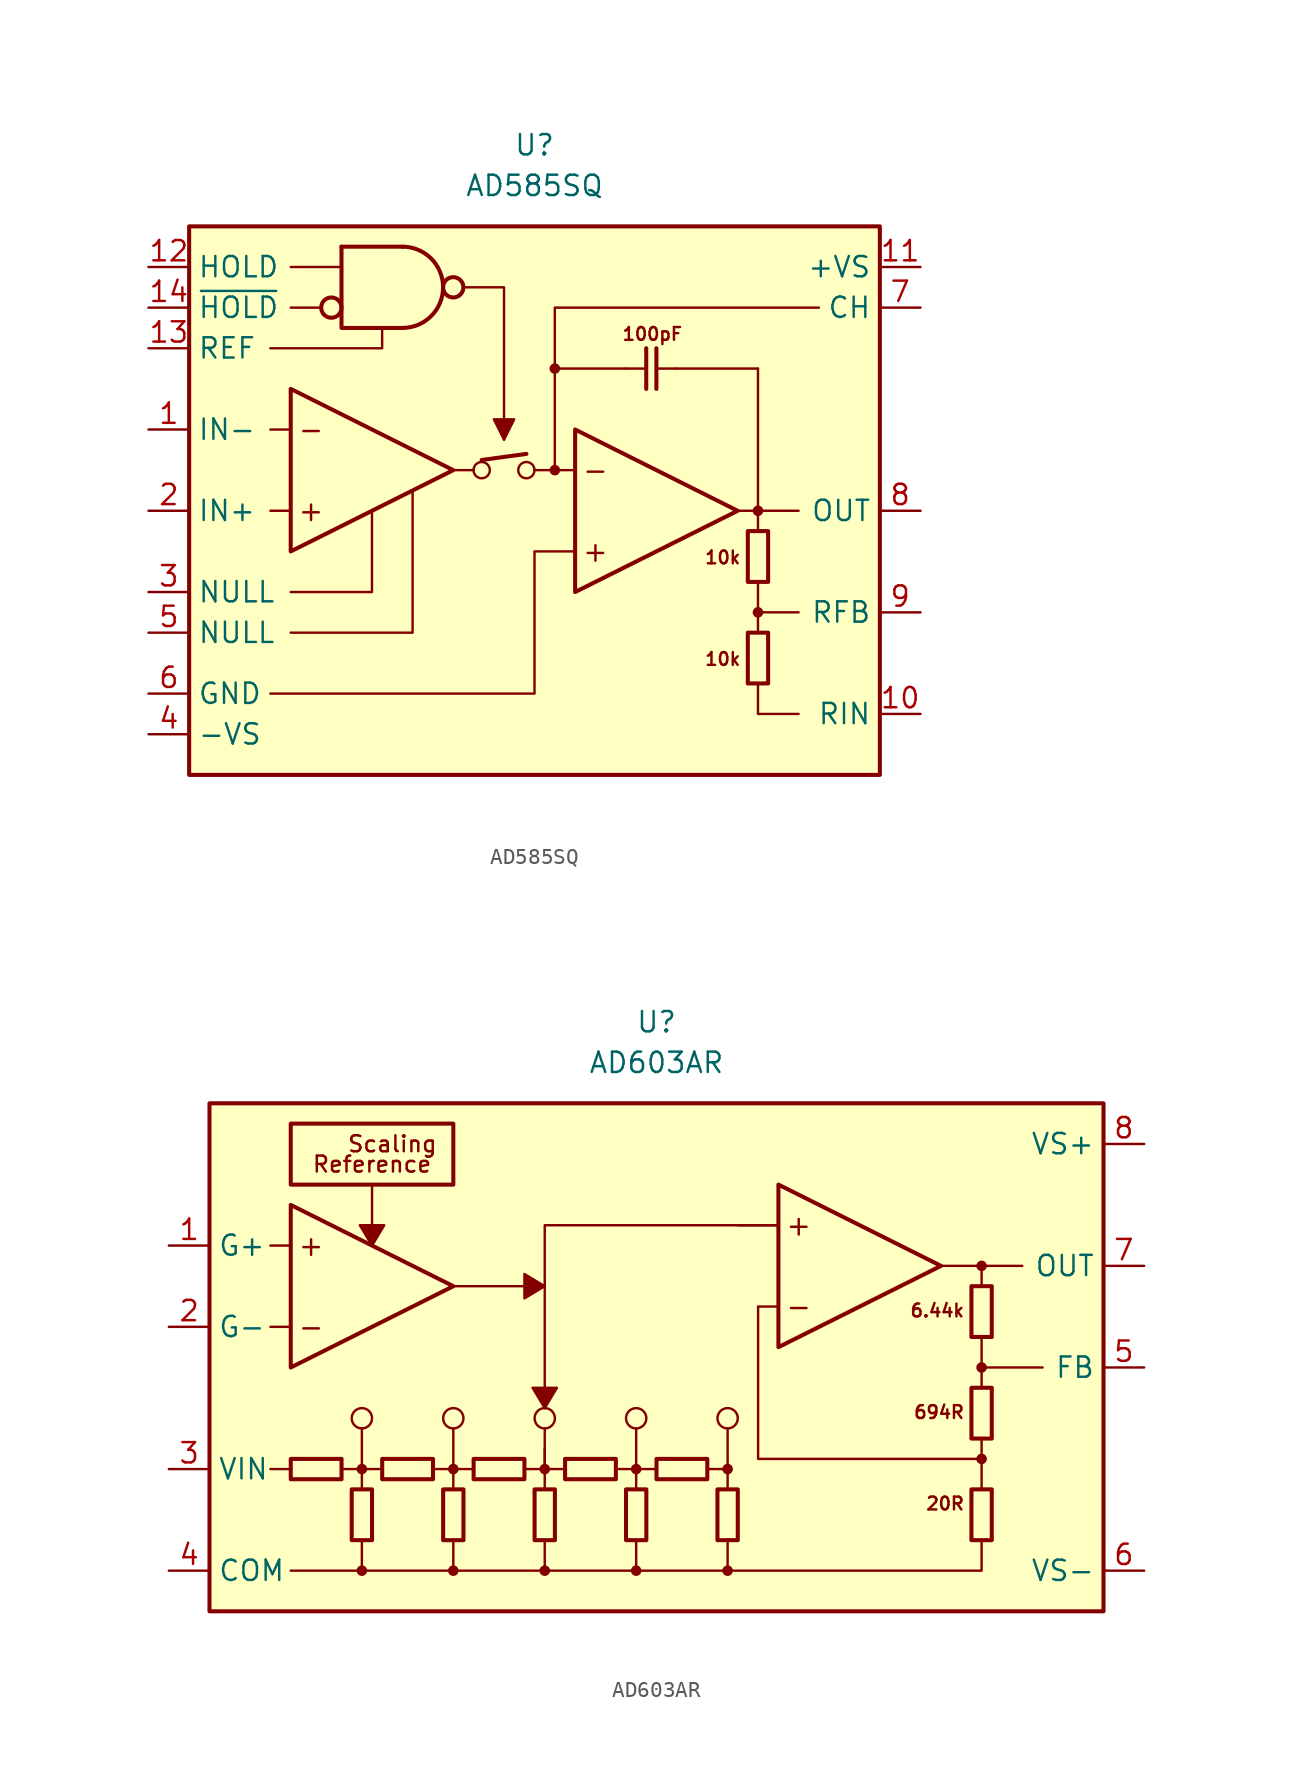
<source format=kicad_sym>
(kicad_symbol_lib
  (version 20211014)
  (generator kicad_symbol_editor)
  (symbol "AD585SQ"
    (property "Reference" "U"
      (at 0 22.86 0)
      (effects (font (size 1.27 1.27))))
    (property "Value" "AD585SQ"
      (at 0 20.32 0)
      (effects (font (size 1.27 1.27))))
    (symbol "AD585SQ_0_0"
      (rectangle (start -21.59 17.78) (end 21.59 -16.51) (stroke (width 0.254) (type default) (color 0 0 0 0)) (fill (type background)))
      (circle (center -3.302 2.54) (radius 0.508) (stroke (width 0) (type default) (color 0 0 0 0)) (fill (type none)))
      (circle (center -0.508 2.54) (radius 0.508) (stroke (width 0) (type default) (color 0 0 0 0)) (fill (type none)))
      (polyline (pts (xy -15.24 0) (xy -16.51 0)) (stroke (width 0.152) (type default) (color 0 0 0 0)) (fill (type none)))
      (polyline (pts (xy -15.24 5.08) (xy -16.51 5.08)) (stroke (width 0.152) (type default) (color 0 0 0 0)) (fill (type none)))
      (polyline (pts (xy -13.335 12.7) (xy -15.24 12.7)) (stroke (width 0.152) (type default) (color 0 0 0 0)) (fill (type none)))
      (polyline (pts (xy -12.065 15.24) (xy -15.24 15.24)) (stroke (width 0.152) (type default) (color 0 0 0 0)) (fill (type none)))
      (polyline (pts (xy -3.81 2.54) (xy -5.08 2.54)) (stroke (width 0.152) (type default) (color 0 0 0 0)) (fill (type none)))
      (polyline (pts (xy -3.302 3.175) (xy -0.508 3.556)) (stroke (width 0.254) (type default) (color 0 0 0 0)) (fill (type none)))
      (polyline (pts (xy -1.905 5.08) (xy -1.905 4.445)) (stroke (width 0.152) (type default) (color 0 0 0 0)) (fill (type none)))
      (polyline (pts (xy 1.27 2.54) (xy 1.27 8.89)) (stroke (width 0.152) (type default) (color 0 0 0 0)) (fill (type none)))
      (polyline (pts (xy 1.27 8.89) (xy 5.715 8.89)) (stroke (width 0.152) (type default) (color 0 0 0 0)) (fill (type none)))
      (polyline (pts (xy 2.54 2.54) (xy 0 2.54)) (stroke (width 0.152) (type default) (color 0 0 0 0)) (fill (type none)))
      (polyline (pts (xy 8.89 8.89) (xy 13.97 8.89)) (stroke (width 0.152) (type default) (color 0 0 0 0)) (fill (type none)))
      (polyline (pts (xy 12.7 0) (xy 13.97 0)) (stroke (width 0.152) (type default) (color 0 0 0 0)) (fill (type none)))
      (polyline (pts (xy 13.97 -7.62) (xy 13.97 -4.445)) (stroke (width 0.152) (type default) (color 0 0 0 0)) (fill (type none)))
      (polyline (pts (xy 13.97 -6.35) (xy 16.51 -6.35)) (stroke (width 0.152) (type default) (color 0 0 0 0)) (fill (type none)))
      (polyline (pts (xy 13.97 -1.27) (xy 13.97 0)) (stroke (width 0.152) (type default) (color 0 0 0 0)) (fill (type none)))
      (polyline (pts (xy 13.97 0) (xy 16.51 0)) (stroke (width 0.152) (type default) (color 0 0 0 0)) (fill (type none)))
      (polyline (pts (xy 13.97 8.89) (xy 13.97 0)) (stroke (width 0.152) (type default) (color 0 0 0 0)) (fill (type none)))
      (polyline (pts (xy -15.24 -5.08) (xy -10.16 -5.08) (xy -10.16 0)) (stroke (width 0.152) (type default) (color 0 0 0 0)) (fill (type none)))
      (polyline (pts (xy -9.525 11.43) (xy -9.525 10.16) (xy -16.51 10.16)) (stroke (width 0.152) (type default) (color 0 0 0 0)) (fill (type none)))
      (polyline (pts (xy -7.62 1.27) (xy -7.62 -7.62) (xy -15.24 -7.62)) (stroke (width 0.152) (type default) (color 0 0 0 0)) (fill (type none)))
      (polyline (pts (xy -4.445 13.97) (xy -1.905 13.97) (xy -1.905 5.08)) (stroke (width 0.152) (type default) (color 0 0 0 0)) (fill (type none)))
      (polyline (pts (xy 1.27 8.89) (xy 1.27 12.7) (xy 17.78 12.7)) (stroke (width 0.152) (type default) (color 0 0 0 0)) (fill (type none)))
      (polyline (pts (xy 13.97 -10.795) (xy 13.97 -12.7) (xy 16.51 -12.7)) (stroke (width 0.152) (type default) (color 0 0 0 0)) (fill (type none)))
      (polyline (pts (xy -16.51 -11.43) (xy 0 -11.43) (xy 0 -2.54) (xy 2.54 -2.54)) (stroke (width 0.152) (type default) (color 0 0 0 0)) (fill (type none)))
      (polyline (pts (xy -1.905 4.445) (xy -2.54 5.715) (xy -1.27 5.715) (xy -1.905 4.445)) (stroke (width 0.152) (type default) (color 0 0 0 0)) (fill (type outline)))
      (circle (center 1.27 2.54) (radius 0.254) (stroke (width 0.152) (type default) (color 0 0 0 0)) (fill (type outline)))
      (circle (center 1.27 8.89) (radius 0.254) (stroke (width 0.152) (type default) (color 0 0 0 0)) (fill (type outline)))
      (circle (center 13.97 -6.35) (radius 0.254) (stroke (width 0.152) (type default) (color 0 0 0 0)) (fill (type outline)))
      (circle (center 13.97 0) (radius 0.254) (stroke (width 0.152) (type default) (color 0 0 0 0)) (fill (type outline)))
      (text "+" (at -13.97 0 0) (effects (font (size 1.27 1.27))))
      (text "+" (at 3.81 -2.54 0) (effects (font (size 1.27 1.27))))
      (text "-" (at -13.97 5.08 0) (effects (font (size 1.27 1.27))))
      (text "-" (at 3.81 2.54 0) (effects (font (size 1.27 1.27))))
      (text "100pF" (at 7.366 11.049 0) (effects (font (size 0.8 0.8))))
      (text "10k" (at 12.954 -9.271 0) (effects (font (size 0.8 0.8)) (justify right)))
      (text "10k" (at 12.954 -2.921 0) (effects (font (size 0.8 0.8)) (justify right))))
    (symbol "AD585SQ_0_1"
      (circle (center -12.7 12.7) (radius 0.635) (stroke (width 0.254) (type default) (color 0 0 0 0)) (fill (type none)))
      (arc (start -8.255 11.43) (mid -5.715 13.97) (end -8.255 16.51) (stroke (width 0.254) (type default) (color 0 0 0 0)) (fill (type none)))
      (circle (center -5.08 13.97) (radius 0.635) (stroke (width 0.254) (type default) (color 0 0 0 0)) (fill (type none)))
      (polyline (pts (xy -12.065 16.51) (xy -8.255 16.51)) (stroke (width 0.254) (type default) (color 0 0 0 0)) (fill (type none)))
      (polyline (pts (xy 5.715 8.89) (xy 6.985 8.89)) (stroke (width 0.152) (type default) (color 0 0 0 0)) (fill (type none)))
      (polyline (pts (xy 6.985 7.62) (xy 6.985 10.16)) (stroke (width 0.254) (type default) (color 0 0 0 0)) (fill (type none)))
      (polyline (pts (xy 7.62 10.16) (xy 7.62 7.62)) (stroke (width 0.254) (type default) (color 0 0 0 0)) (fill (type none)))
      (polyline (pts (xy 8.89 8.89) (xy 7.62 8.89)) (stroke (width 0.152) (type default) (color 0 0 0 0)) (fill (type none)))
      (polyline (pts (xy -12.065 16.51) (xy -12.065 11.43) (xy -8.255 11.43)) (stroke (width 0.254) (type default) (color 0 0 0 0)) (fill (type none)))
      (polyline (pts (xy -15.24 7.62) (xy -15.24 -2.54) (xy -5.08 2.54) (xy -15.24 7.62)) (stroke (width 0.254) (type default) (color 0 0 0 0)) (fill (type none)))
      (polyline (pts (xy 2.54 5.08) (xy 2.54 -5.08) (xy 12.7 0) (xy 2.54 5.08)) (stroke (width 0.254) (type default) (color 0 0 0 0)) (fill (type none)))
      (rectangle (start 13.335 -7.62) (end 14.605 -10.795) (stroke (width 0.254) (type default) (color 0 0 0 0)) (fill (type none)))
      (rectangle (start 13.335 -1.27) (end 14.605 -4.445) (stroke (width 0.254) (type default) (color 0 0 0 0)) (fill (type none))))
    (symbol "AD585SQ_1_1"
      (pin input line (at -24.13 5.08 0) (length 2.54) (name "IN-" (effects (font (size 1.27 1.27)))) (number "1" (effects (font (size 1.27 1.27)))))
      (pin passive line (at 24.13 -12.7 180) (length 2.54) (name "RIN" (effects (font (size 1.27 1.27)))) (number "10" (effects (font (size 1.27 1.27)))))
      (pin power_in line (at 24.13 15.24 180) (length 2.54) (name "+VS" (effects (font (size 1.27 1.27)))) (number "11" (effects (font (size 1.27 1.27)))))
      (pin input line (at -24.13 15.24 0) (length 2.54) (name "HOLD" (effects (font (size 1.27 1.27)))) (number "12" (effects (font (size 1.27 1.27)))))
      (pin input line (at -24.13 10.16 0) (length 2.54) (name "REF" (effects (font (size 1.27 1.27)))) (number "13" (effects (font (size 1.27 1.27)))))
      (pin input line (at -24.13 12.7 0) (length 2.54) (name "~{HOLD}" (effects (font (size 1.27 1.27)))) (number "14" (effects (font (size 1.27 1.27)))))
      (pin input line (at -24.13 0 0) (length 2.54) (name "IN+" (effects (font (size 1.27 1.27)))) (number "2" (effects (font (size 1.27 1.27)))))
      (pin passive line (at -24.13 -5.08 0) (length 2.54) (name "NULL" (effects (font (size 1.27 1.27)))) (number "3" (effects (font (size 1.27 1.27)))))
      (pin power_in line (at -24.13 -13.97 0) (length 2.54) (name "-VS" (effects (font (size 1.27 1.27)))) (number "4" (effects (font (size 1.27 1.27)))))
      (pin passive line (at -24.13 -7.62 0) (length 2.54) (name "NULL" (effects (font (size 1.27 1.27)))) (number "5" (effects (font (size 1.27 1.27)))))
      (pin power_in line (at -24.13 -11.43 0) (length 2.54) (name "GND" (effects (font (size 1.27 1.27)))) (number "6" (effects (font (size 1.27 1.27)))))
      (pin passive line (at 24.13 12.7 180) (length 2.54) (name "CH" (effects (font (size 1.27 1.27)))) (number "7" (effects (font (size 1.27 1.27)))))
      (pin output line (at 24.13 0 180) (length 2.54) (name "OUT" (effects (font (size 1.27 1.27)))) (number "8" (effects (font (size 1.27 1.27)))))
      (pin passive line (at 24.13 -6.35 180) (length 2.54) (name "RFB" (effects (font (size 1.27 1.27)))) (number "9" (effects (font (size 1.27 1.27)))))))
  (symbol "AD603AR"
    (property "Reference" "U"
      (at 0 21.59 0)
      (effects (font (size 1.27 1.27))))
    (property "Value" "AD603AR"
      (at 0 19.05 0)
      (effects (font (size 1.27 1.27))))
    (symbol "AD603AR_0_0"
      (rectangle (start -27.94 16.51) (end 27.94 -15.24) (stroke (width 0.254) (type default) (color 0 0 0 0)) (fill (type background)))
      (rectangle (start -22.86 15.24) (end -12.7 11.43) (stroke (width 0.254) (type default) (color 0 0 0 0)) (fill (type none)))
      (circle (center -18.415 -12.7) (radius 0.254) (stroke (width 0.152) (type default) (color 0 0 0 0)) (fill (type outline)))
      (circle (center -18.415 -6.35) (radius 0.254) (stroke (width 0.152) (type default) (color 0 0 0 0)) (fill (type outline)))
      (circle (center -18.415 -3.175) (radius 0.635) (stroke (width 0.152) (type default) (color 0 0 0 0)) (fill (type none)))
      (circle (center -12.7 -12.7) (radius 0.254) (stroke (width 0.152) (type default) (color 0 0 0 0)) (fill (type outline)))
      (circle (center -12.7 -6.35) (radius 0.254) (stroke (width 0.152) (type default) (color 0 0 0 0)) (fill (type outline)))
      (circle (center -12.7 -3.175) (radius 0.635) (stroke (width 0.152) (type default) (color 0 0 0 0)) (fill (type none)))
      (circle (center -6.985 -12.7) (radius 0.254) (stroke (width 0.152) (type default) (color 0 0 0 0)) (fill (type outline)))
      (circle (center -6.985 -6.35) (radius 0.254) (stroke (width 0.152) (type default) (color 0 0 0 0)) (fill (type outline)))
      (circle (center -6.985 -3.175) (radius 0.635) (stroke (width 0.152) (type default) (color 0 0 0 0)) (fill (type none)))
      (circle (center -1.27 -12.7) (radius 0.254) (stroke (width 0.152) (type default) (color 0 0 0 0)) (fill (type outline)))
      (circle (center -1.27 -6.35) (radius 0.254) (stroke (width 0.152) (type default) (color 0 0 0 0)) (fill (type outline)))
      (circle (center -1.27 -3.175) (radius 0.635) (stroke (width 0.152) (type default) (color 0 0 0 0)) (fill (type none)))
      (polyline (pts (xy -22.86 -6.35) (xy -24.13 -6.35)) (stroke (width 0.152) (type default) (color 0 0 0 0)) (fill (type none)))
      (polyline (pts (xy -22.86 2.54) (xy -24.13 2.54)) (stroke (width 0.152) (type default) (color 0 0 0 0)) (fill (type none)))
      (polyline (pts (xy -22.86 7.62) (xy -24.13 7.62)) (stroke (width 0.152) (type default) (color 0 0 0 0)) (fill (type none)))
      (polyline (pts (xy -18.415 -10.795) (xy -18.415 -12.7)) (stroke (width 0.152) (type default) (color 0 0 0 0)) (fill (type none)))
      (polyline (pts (xy -18.415 -7.62) (xy -18.415 -6.35)) (stroke (width 0.152) (type default) (color 0 0 0 0)) (fill (type none)))
      (polyline (pts (xy -18.415 -6.35) (xy -19.685 -6.35)) (stroke (width 0.152) (type default) (color 0 0 0 0)) (fill (type none)))
      (polyline (pts (xy -18.415 -6.35) (xy -18.415 -3.81)) (stroke (width 0.152) (type default) (color 0 0 0 0)) (fill (type none)))
      (polyline (pts (xy -17.78 11.43) (xy -17.78 7.62)) (stroke (width 0.152) (type default) (color 0 0 0 0)) (fill (type none)))
      (polyline (pts (xy -17.145 -6.35) (xy -18.415 -6.35)) (stroke (width 0.152) (type default) (color 0 0 0 0)) (fill (type none)))
      (polyline (pts (xy -12.7 -10.795) (xy -12.7 -12.7)) (stroke (width 0.152) (type default) (color 0 0 0 0)) (fill (type none)))
      (polyline (pts (xy -12.7 -7.62) (xy -12.7 -6.35)) (stroke (width 0.152) (type default) (color 0 0 0 0)) (fill (type none)))
      (polyline (pts (xy -12.7 -6.35) (xy -13.97 -6.35)) (stroke (width 0.152) (type default) (color 0 0 0 0)) (fill (type none)))
      (polyline (pts (xy -12.7 -6.35) (xy -12.7 -3.81)) (stroke (width 0.152) (type default) (color 0 0 0 0)) (fill (type none)))
      (polyline (pts (xy -12.7 5.08) (xy -6.985 5.08)) (stroke (width 0.152) (type default) (color 0 0 0 0)) (fill (type none)))
      (polyline (pts (xy -11.43 -6.35) (xy -12.7 -6.35)) (stroke (width 0.152) (type default) (color 0 0 0 0)) (fill (type none)))
      (polyline (pts (xy -6.985 -10.795) (xy -6.985 -12.7)) (stroke (width 0.152) (type default) (color 0 0 0 0)) (fill (type none)))
      (polyline (pts (xy -6.985 -7.62) (xy -6.985 -5.08)) (stroke (width 0.152) (type default) (color 0 0 0 0)) (fill (type none)))
      (polyline (pts (xy -6.985 -6.35) (xy -8.255 -6.35)) (stroke (width 0.152) (type default) (color 0 0 0 0)) (fill (type none)))
      (polyline (pts (xy -6.985 -6.35) (xy -6.985 -3.81)) (stroke (width 0.152) (type default) (color 0 0 0 0)) (fill (type none)))
      (polyline (pts (xy -5.715 -6.35) (xy -6.985 -6.35)) (stroke (width 0.152) (type default) (color 0 0 0 0)) (fill (type none)))
      (polyline (pts (xy -1.27 -10.795) (xy -1.27 -12.7)) (stroke (width 0.152) (type default) (color 0 0 0 0)) (fill (type none)))
      (polyline (pts (xy -1.27 -7.62) (xy -1.27 -6.35)) (stroke (width 0.152) (type default) (color 0 0 0 0)) (fill (type none)))
      (polyline (pts (xy -1.27 -6.35) (xy -2.54 -6.35)) (stroke (width 0.152) (type default) (color 0 0 0 0)) (fill (type none)))
      (polyline (pts (xy -1.27 -6.35) (xy -1.27 -3.81)) (stroke (width 0.152) (type default) (color 0 0 0 0)) (fill (type none)))
      (polyline (pts (xy 0 -6.35) (xy -1.27 -6.35)) (stroke (width 0.152) (type default) (color 0 0 0 0)) (fill (type none)))
      (polyline (pts (xy 4.445 -10.795) (xy 4.445 -12.7)) (stroke (width 0.152) (type default) (color 0 0 0 0)) (fill (type none)))
      (polyline (pts (xy 4.445 -7.62) (xy 4.445 -6.35)) (stroke (width 0.152) (type default) (color 0 0 0 0)) (fill (type none)))
      (polyline (pts (xy 4.445 -6.35) (xy 3.175 -6.35)) (stroke (width 0.152) (type default) (color 0 0 0 0)) (fill (type none)))
      (polyline (pts (xy 4.445 -6.35) (xy 4.445 -3.81)) (stroke (width 0.152) (type default) (color 0 0 0 0)) (fill (type none)))
      (polyline (pts (xy 7.62 8.89) (xy 5.08 8.89)) (stroke (width 0.152) (type default) (color 0 0 0 0)) (fill (type none)))
      (polyline (pts (xy 17.78 6.35) (xy 20.32 6.35)) (stroke (width 0.152) (type default) (color 0 0 0 0)) (fill (type none)))
      (polyline (pts (xy 20.32 -7.62) (xy 20.32 -5.715)) (stroke (width 0.152) (type default) (color 0 0 0 0)) (fill (type none)))
      (polyline (pts (xy 20.32 -1.27) (xy 20.32 1.905)) (stroke (width 0.152) (type default) (color 0 0 0 0)) (fill (type none)))
      (polyline (pts (xy 20.32 0) (xy 24.13 0)) (stroke (width 0.152) (type default) (color 0 0 0 0)) (fill (type none)))
      (polyline (pts (xy 20.32 5.08) (xy 20.32 6.35)) (stroke (width 0.152) (type default) (color 0 0 0 0)) (fill (type none)))
      (polyline (pts (xy 20.32 6.35) (xy 22.86 6.35)) (stroke (width 0.152) (type default) (color 0 0 0 0)) (fill (type none)))
      (polyline (pts (xy 7.62 8.89) (xy -6.985 8.89) (xy -6.985 -2.54)) (stroke (width 0.152) (type default) (color 0 0 0 0)) (fill (type none)))
      (polyline (pts (xy 20.32 -10.795) (xy 20.32 -12.7) (xy -22.86 -12.7)) (stroke (width 0.152) (type default) (color 0 0 0 0)) (fill (type none)))
      (polyline (pts (xy -17.78 7.62) (xy -18.542 8.89) (xy -17.018 8.89) (xy -17.78 7.62)) (stroke (width 0.152) (type default) (color 0 0 0 0)) (fill (type outline)))
      (polyline (pts (xy -6.985 -2.54) (xy -7.747 -1.27) (xy -6.223 -1.27) (xy -6.985 -2.54)) (stroke (width 0.152) (type default) (color 0 0 0 0)) (fill (type outline)))
      (polyline (pts (xy -6.985 5.08) (xy -8.255 4.318) (xy -8.255 5.842) (xy -6.985 5.08)) (stroke (width 0.152) (type default) (color 0 0 0 0)) (fill (type outline)))
      (circle (center 4.445 -12.7) (radius 0.254) (stroke (width 0.152) (type default) (color 0 0 0 0)) (fill (type outline)))
      (circle (center 4.445 -6.35) (radius 0.254) (stroke (width 0.152) (type default) (color 0 0 0 0)) (fill (type outline)))
      (circle (center 4.445 -3.175) (radius 0.635) (stroke (width 0.152) (type default) (color 0 0 0 0)) (fill (type none)))
      (circle (center 20.32 -5.715) (radius 0.254) (stroke (width 0.152) (type default) (color 0 0 0 0)) (fill (type outline)))
      (circle (center 20.32 0) (radius 0.254) (stroke (width 0.152) (type default) (color 0 0 0 0)) (fill (type outline)))
      (circle (center 20.32 6.35) (radius 0.254) (stroke (width 0.152) (type default) (color 0 0 0 0)) (fill (type outline)))
      (text "+" (at -21.59 7.62 0) (effects (font (size 1.27 1.27))))
      (text "+" (at 8.89 8.89 0) (effects (font (size 1.27 1.27))))
      (text "-" (at -21.59 2.54 0) (effects (font (size 1.27 1.27))))
      (text "-" (at 8.89 3.81 0) (effects (font (size 1.27 1.27))))
      (text "20R" (at 19.304 -8.509 0) (effects (font (size 0.8 0.8)) (justify right)))
      (text "6.44k" (at 19.304 3.556 0) (effects (font (size 0.8 0.8)) (justify right)))
      (text "694R" (at 19.304 -2.794 0) (effects (font (size 0.8 0.8)) (justify right)))
      (text "Reference" (at -17.78 12.7 0) (effects (font (size 1 1))))
      (text "Scaling" (at -16.51 13.97 0) (effects (font (size 1 1)))))
    (symbol "AD603AR_0_1"
      (rectangle (start -19.685 -6.985) (end -22.86 -5.715) (stroke (width 0.254) (type default) (color 0 0 0 0)) (fill (type none)))
      (rectangle (start -19.05 -10.795) (end -17.78 -7.62) (stroke (width 0.254) (type default) (color 0 0 0 0)) (fill (type none)))
      (rectangle (start -13.97 -6.985) (end -17.145 -5.715) (stroke (width 0.254) (type default) (color 0 0 0 0)) (fill (type none)))
      (rectangle (start -13.335 -10.795) (end -12.065 -7.62) (stroke (width 0.254) (type default) (color 0 0 0 0)) (fill (type none)))
      (rectangle (start -8.255 -6.985) (end -11.43 -5.715) (stroke (width 0.254) (type default) (color 0 0 0 0)) (fill (type none)))
      (rectangle (start -7.62 -10.795) (end -6.35 -7.62) (stroke (width 0.254) (type default) (color 0 0 0 0)) (fill (type none)))
      (rectangle (start -2.54 -6.985) (end -5.715 -5.715) (stroke (width 0.254) (type default) (color 0 0 0 0)) (fill (type none)))
      (rectangle (start -1.905 -10.795) (end -0.635 -7.62) (stroke (width 0.254) (type default) (color 0 0 0 0)) (fill (type none)))
      (polyline (pts (xy -22.86 10.16) (xy -22.86 0) (xy -12.7 5.08) (xy -22.86 10.16)) (stroke (width 0.254) (type default) (color 0 0 0 0)) (fill (type none)))
      (polyline (pts (xy 7.62 11.43) (xy 7.62 1.27) (xy 17.78 6.35) (xy 7.62 11.43)) (stroke (width 0.254) (type default) (color 0 0 0 0)) (fill (type none)))
      (polyline (pts (xy 20.32 -4.445) (xy 20.32 -5.715) (xy 6.35 -5.715) (xy 6.35 3.81) (xy 7.62 3.81)) (stroke (width 0.152) (type default) (color 0 0 0 0)) (fill (type none)))
      (rectangle (start 3.175 -6.985) (end 0 -5.715) (stroke (width 0.254) (type default) (color 0 0 0 0)) (fill (type none)))
      (rectangle (start 3.81 -10.795) (end 5.08 -7.62) (stroke (width 0.254) (type default) (color 0 0 0 0)) (fill (type none)))
      (rectangle (start 20.955 -7.62) (end 19.685 -10.795) (stroke (width 0.254) (type default) (color 0 0 0 0)) (fill (type none)))
      (rectangle (start 20.955 -1.27) (end 19.685 -4.445) (stroke (width 0.254) (type default) (color 0 0 0 0)) (fill (type none)))
      (rectangle (start 20.955 5.08) (end 19.685 1.905) (stroke (width 0.254) (type default) (color 0 0 0 0)) (fill (type none))))
    (symbol "AD603AR_1_1"
      (pin input line (at -30.48 7.62 0) (length 2.54) (name "G+" (effects (font (size 1.27 1.27)))) (number "1" (effects (font (size 1.27 1.27)))))
      (pin input line (at -30.48 2.54 0) (length 2.54) (name "G-" (effects (font (size 1.27 1.27)))) (number "2" (effects (font (size 1.27 1.27)))))
      (pin input line (at -30.48 -6.35 0) (length 2.54) (name "VIN" (effects (font (size 1.27 1.27)))) (number "3" (effects (font (size 1.27 1.27)))))
      (pin power_in line (at -30.48 -12.7 0) (length 2.54) (name "COM" (effects (font (size 1.27 1.27)))) (number "4" (effects (font (size 1.27 1.27)))))
      (pin passive line (at 30.48 0 180) (length 2.54) (name "FB" (effects (font (size 1.27 1.27)))) (number "5" (effects (font (size 1.27 1.27)))))
      (pin power_in line (at 30.48 -12.7 180) (length 2.54) (name "VS-" (effects (font (size 1.27 1.27)))) (number "6" (effects (font (size 1.27 1.27)))))
      (pin output line (at 30.48 6.35 180) (length 2.54) (name "OUT" (effects (font (size 1.27 1.27)))) (number "7" (effects (font (size 1.27 1.27)))))
      (pin power_in line (at 30.48 13.97 180) (length 2.54) (name "VS+" (effects (font (size 1.27 1.27)))) (number "8" (effects (font (size 1.27 1.27))))))))
</source>
